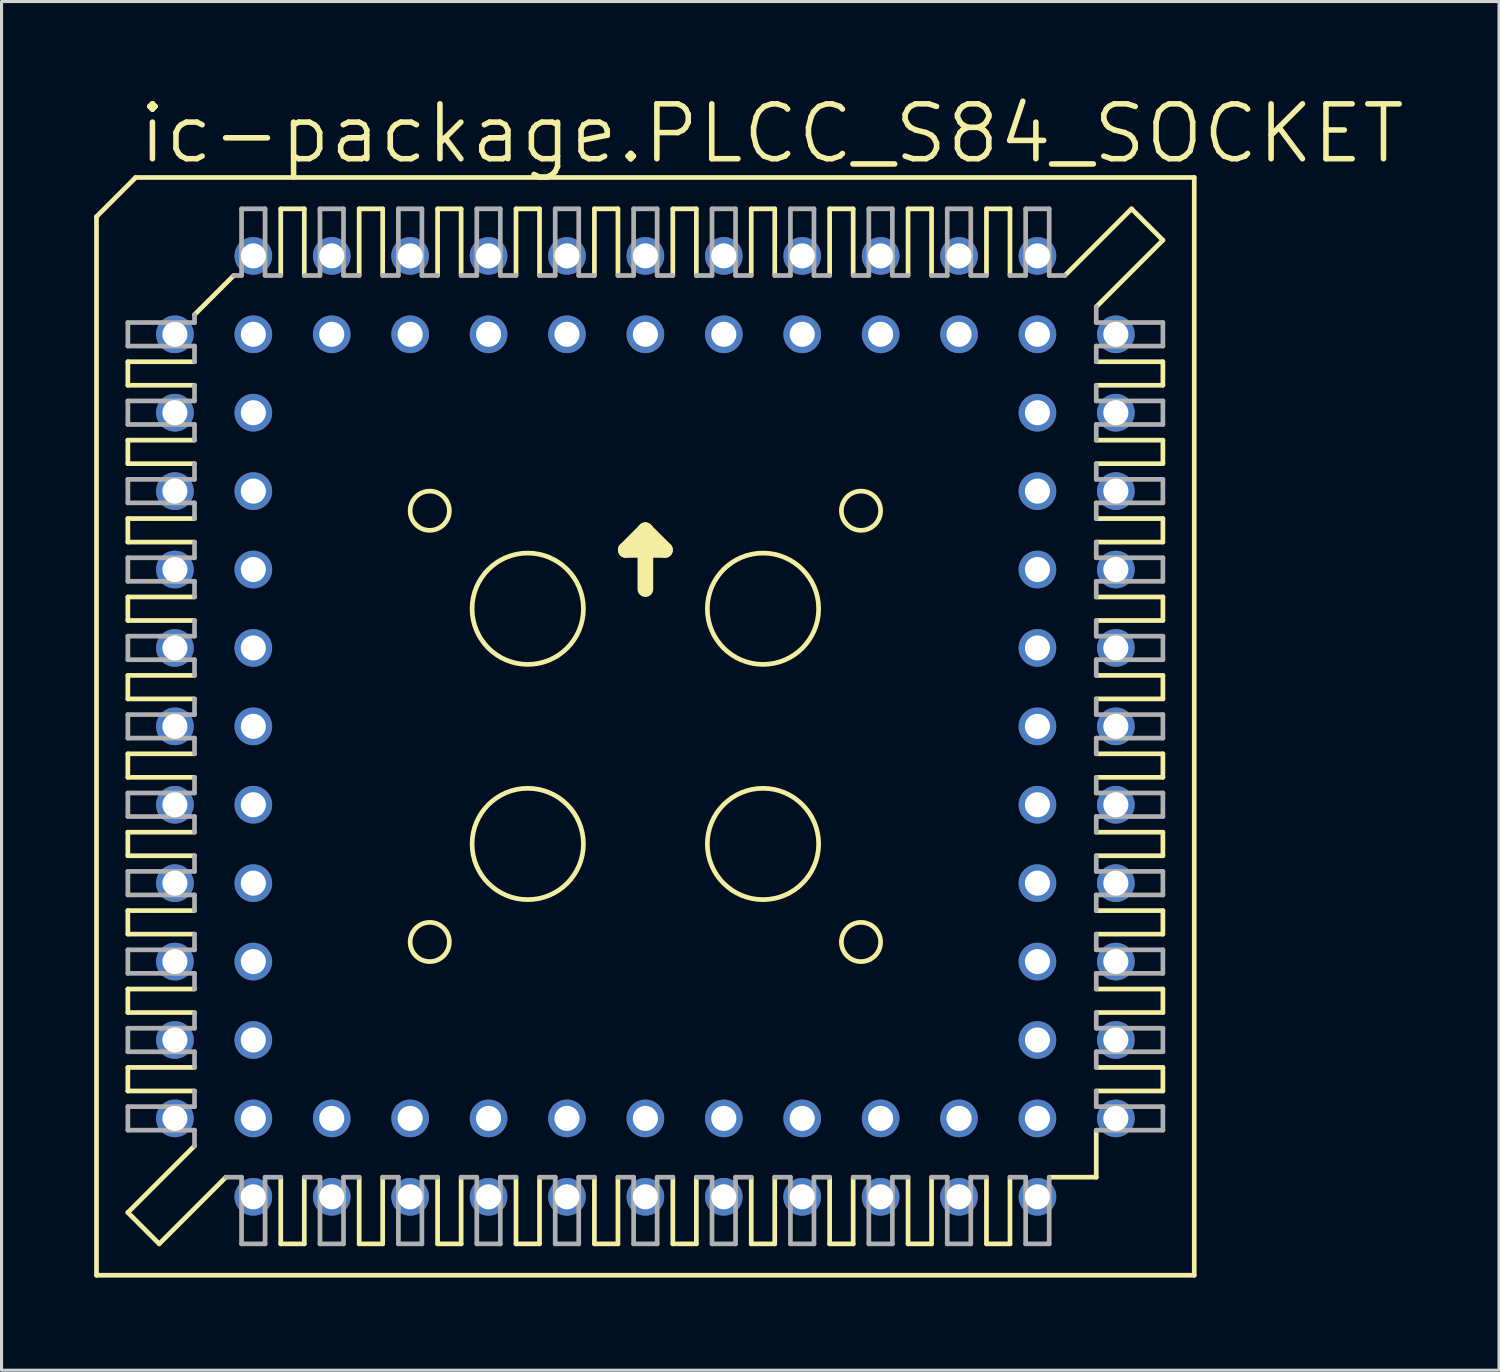
<source format=kicad_pcb>
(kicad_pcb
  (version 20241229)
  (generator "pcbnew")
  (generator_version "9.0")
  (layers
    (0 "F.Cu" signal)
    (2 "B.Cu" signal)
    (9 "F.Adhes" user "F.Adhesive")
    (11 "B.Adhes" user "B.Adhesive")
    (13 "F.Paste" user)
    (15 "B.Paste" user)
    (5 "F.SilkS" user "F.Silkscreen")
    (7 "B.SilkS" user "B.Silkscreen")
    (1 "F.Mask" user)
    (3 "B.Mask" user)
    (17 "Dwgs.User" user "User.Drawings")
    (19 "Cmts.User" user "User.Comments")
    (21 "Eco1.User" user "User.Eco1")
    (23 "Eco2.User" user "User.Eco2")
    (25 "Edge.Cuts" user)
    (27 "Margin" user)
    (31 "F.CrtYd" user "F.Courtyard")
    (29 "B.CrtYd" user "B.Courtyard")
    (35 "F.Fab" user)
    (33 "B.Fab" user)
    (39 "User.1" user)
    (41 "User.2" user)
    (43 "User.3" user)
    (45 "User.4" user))
  (footprint "ic-package.PLCC_S84_SOCKET"
    (layer "F.Cu")
    (at 17.856 20.479)
    (property "Reference" "ic-package.PLCC_S84_SOCKET" (at -16.51 -18.161 0) (layer "F.SilkS") (effects (font (size 1.778 1.778) (thickness 0.18)) (justify left bottom)))
    (attr through_hole)
    (fp_line (start -17.78 -16.51) (end -17.78 17.78) (stroke (width 0.152) (type default)) (layer "F.SilkS"))
    (fp_line (start -16.764 -11.811) (end -16.764 -11.049) (stroke (width 0.152) (type default)) (layer "F.SilkS"))
    (fp_line (start -16.764 -11.811) (end -14.605 -11.811) (stroke (width 0.152) (type default)) (layer "F.SilkS"))
    (fp_line (start -16.764 -9.271) (end -16.764 -8.509) (stroke (width 0.152) (type default)) (layer "F.SilkS"))
    (fp_line (start -16.764 -9.271) (end -14.605 -9.271) (stroke (width 0.152) (type default)) (layer "F.SilkS"))
    (fp_line (start -16.764 -6.731) (end -16.764 -5.969) (stroke (width 0.152) (type default)) (layer "F.SilkS"))
    (fp_line (start -16.764 -6.731) (end -14.605 -6.731) (stroke (width 0.152) (type default)) (layer "F.SilkS"))
    (fp_line (start -16.764 -4.191) (end -16.764 -3.429) (stroke (width 0.152) (type default)) (layer "F.SilkS"))
    (fp_line (start -16.764 -4.191) (end -14.605 -4.191) (stroke (width 0.152) (type default)) (layer "F.SilkS"))
    (fp_line (start -16.764 -0.889) (end -16.764 -1.651) (stroke (width 0.152) (type default)) (layer "F.SilkS"))
    (fp_line (start -16.764 -0.889) (end -14.605 -0.889) (stroke (width 0.152) (type default)) (layer "F.SilkS"))
    (fp_line (start -16.764 1.651) (end -16.764 0.889) (stroke (width 0.152) (type default)) (layer "F.SilkS"))
    (fp_line (start -16.764 1.651) (end -14.605 1.651) (stroke (width 0.152) (type default)) (layer "F.SilkS"))
    (fp_line (start -16.764 4.191) (end -16.764 3.429) (stroke (width 0.152) (type default)) (layer "F.SilkS"))
    (fp_line (start -16.764 4.191) (end -14.605 4.191) (stroke (width 0.152) (type default)) (layer "F.SilkS"))
    (fp_line (start -16.764 5.969) (end -16.764 6.731) (stroke (width 0.152) (type default)) (layer "F.SilkS"))
    (fp_line (start -16.764 5.969) (end -14.605 5.969) (stroke (width 0.152) (type default)) (layer "F.SilkS"))
    (fp_line (start -16.764 8.509) (end -16.764 9.271) (stroke (width 0.152) (type default)) (layer "F.SilkS"))
    (fp_line (start -16.764 8.509) (end -14.605 8.509) (stroke (width 0.152) (type default)) (layer "F.SilkS"))
    (fp_line (start -16.764 11.811) (end -16.764 11.049) (stroke (width 0.152) (type default)) (layer "F.SilkS"))
    (fp_line (start -16.764 11.811) (end -14.605 11.811) (stroke (width 0.152) (type default)) (layer "F.SilkS"))
    (fp_line (start -16.764 15.748) (end -14.605 13.589) (stroke (width 0.152) (type default)) (layer "F.SilkS"))
    (fp_line (start -16.51 -17.78) (end -17.78 -16.51) (stroke (width 0.152) (type default)) (layer "F.SilkS"))
    (fp_line (start -15.748 16.764) (end -16.764 15.748) (stroke (width 0.152) (type default)) (layer "F.SilkS"))
    (fp_line (start -15.748 16.764) (end -13.589 14.605) (stroke (width 0.152) (type default)) (layer "F.SilkS"))
    (fp_line (start -14.605 -13.335) (end -13.335 -14.605) (stroke (width 0.152) (type default)) (layer "F.SilkS"))
    (fp_line (start -14.605 -11.049) (end -16.764 -11.049) (stroke (width 0.152) (type default)) (layer "F.SilkS"))
    (fp_line (start -14.605 -8.509) (end -16.764 -8.509) (stroke (width 0.152) (type default)) (layer "F.SilkS"))
    (fp_line (start -14.605 -5.969) (end -16.764 -5.969) (stroke (width 0.152) (type default)) (layer "F.SilkS"))
    (fp_line (start -14.605 -3.429) (end -16.764 -3.429) (stroke (width 0.152) (type default)) (layer "F.SilkS"))
    (fp_line (start -14.605 -1.651) (end -16.764 -1.651) (stroke (width 0.152) (type default)) (layer "F.SilkS"))
    (fp_line (start -14.605 0.889) (end -16.764 0.889) (stroke (width 0.152) (type default)) (layer "F.SilkS"))
    (fp_line (start -14.605 3.429) (end -16.764 3.429) (stroke (width 0.152) (type default)) (layer "F.SilkS"))
    (fp_line (start -14.605 6.731) (end -16.764 6.731) (stroke (width 0.152) (type default)) (layer "F.SilkS"))
    (fp_line (start -14.605 9.271) (end -16.764 9.271) (stroke (width 0.152) (type default)) (layer "F.SilkS"))
    (fp_line (start -14.605 11.049) (end -16.764 11.049) (stroke (width 0.152) (type default)) (layer "F.SilkS"))
    (fp_line (start -11.811 -16.764) (end -11.811 -14.605) (stroke (width 0.152) (type default)) (layer "F.SilkS"))
    (fp_line (start -11.811 -16.764) (end -11.049 -16.764) (stroke (width 0.152) (type default)) (layer "F.SilkS"))
    (fp_line (start -11.811 16.764) (end -11.811 14.605) (stroke (width 0.152) (type default)) (layer "F.SilkS"))
    (fp_line (start -11.811 16.764) (end -11.049 16.764) (stroke (width 0.152) (type default)) (layer "F.SilkS"))
    (fp_line (start -11.049 -14.605) (end -11.049 -16.764) (stroke (width 0.152) (type default)) (layer "F.SilkS"))
    (fp_line (start -11.049 14.605) (end -11.049 16.764) (stroke (width 0.152) (type default)) (layer "F.SilkS"))
    (fp_line (start -9.271 -14.605) (end -9.271 -16.764) (stroke (width 0.152) (type default)) (layer "F.SilkS"))
    (fp_line (start -9.271 16.764) (end -9.271 14.605) (stroke (width 0.152) (type default)) (layer "F.SilkS"))
    (fp_line (start -9.271 16.764) (end -8.509 16.764) (stroke (width 0.152) (type default)) (layer "F.SilkS"))
    (fp_line (start -8.509 -16.764) (end -9.271 -16.764) (stroke (width 0.152) (type default)) (layer "F.SilkS"))
    (fp_line (start -8.509 -16.764) (end -8.509 -14.605) (stroke (width 0.152) (type default)) (layer "F.SilkS"))
    (fp_line (start -8.509 14.605) (end -8.509 16.764) (stroke (width 0.152) (type default)) (layer "F.SilkS"))
    (fp_line (start -6.731 -14.605) (end -6.731 -16.764) (stroke (width 0.152) (type default)) (layer "F.SilkS"))
    (fp_line (start -6.731 16.764) (end -6.731 14.605) (stroke (width 0.152) (type default)) (layer "F.SilkS"))
    (fp_line (start -6.731 16.764) (end -5.969 16.764) (stroke (width 0.152) (type default)) (layer "F.SilkS"))
    (fp_line (start -5.969 -16.764) (end -6.731 -16.764) (stroke (width 0.152) (type default)) (layer "F.SilkS"))
    (fp_line (start -5.969 -16.764) (end -5.969 -14.605) (stroke (width 0.152) (type default)) (layer "F.SilkS"))
    (fp_line (start -5.969 14.605) (end -5.969 16.764) (stroke (width 0.152) (type default)) (layer "F.SilkS"))
    (fp_line (start -4.191 -14.605) (end -4.191 -16.764) (stroke (width 0.152) (type default)) (layer "F.SilkS"))
    (fp_line (start -4.191 16.764) (end -4.191 14.605) (stroke (width 0.152) (type default)) (layer "F.SilkS"))
    (fp_line (start -4.191 16.764) (end -3.429 16.764) (stroke (width 0.152) (type default)) (layer "F.SilkS"))
    (fp_line (start -3.429 -16.764) (end -4.191 -16.764) (stroke (width 0.152) (type default)) (layer "F.SilkS"))
    (fp_line (start -3.429 -16.764) (end -3.429 -14.605) (stroke (width 0.152) (type default)) (layer "F.SilkS"))
    (fp_line (start -3.429 14.605) (end -3.429 16.764) (stroke (width 0.152) (type default)) (layer "F.SilkS"))
    (fp_line (start -1.651 -14.605) (end -1.651 -16.764) (stroke (width 0.152) (type default)) (layer "F.SilkS"))
    (fp_line (start -1.651 16.764) (end -1.651 14.605) (stroke (width 0.152) (type default)) (layer "F.SilkS"))
    (fp_line (start -1.651 16.764) (end -0.889 16.764) (stroke (width 0.152) (type default)) (layer "F.SilkS"))
    (fp_line (start -0.889 -16.764) (end -1.651 -16.764) (stroke (width 0.152) (type default)) (layer "F.SilkS"))
    (fp_line (start -0.889 -16.764) (end -0.889 -14.605) (stroke (width 0.152) (type default)) (layer "F.SilkS"))
    (fp_line (start -0.889 14.605) (end -0.889 16.764) (stroke (width 0.152) (type default)) (layer "F.SilkS"))
    (fp_line (start -0.635 -5.715) (end 0 -6.35) (stroke (width 0.508) (type default)) (layer "F.SilkS"))
    (fp_line (start 0 -6.35) (end 0 -4.445) (stroke (width 0.508) (type default)) (layer "F.SilkS"))
    (fp_line (start 0 -6.35) (end 0.635 -5.715) (stroke (width 0.508) (type default)) (layer "F.SilkS"))
    (fp_line (start 0.635 -5.715) (end -0.635 -5.715) (stroke (width 0.508) (type default)) (layer "F.SilkS"))
    (fp_line (start 0.889 -14.605) (end 0.889 -16.764) (stroke (width 0.152) (type default)) (layer "F.SilkS"))
    (fp_line (start 0.889 16.764) (end 0.889 14.605) (stroke (width 0.152) (type default)) (layer "F.SilkS"))
    (fp_line (start 0.889 16.764) (end 1.651 16.764) (stroke (width 0.152) (type default)) (layer "F.SilkS"))
    (fp_line (start 1.651 -16.764) (end 0.889 -16.764) (stroke (width 0.152) (type default)) (layer "F.SilkS"))
    (fp_line (start 1.651 -16.764) (end 1.651 -14.605) (stroke (width 0.152) (type default)) (layer "F.SilkS"))
    (fp_line (start 1.651 14.605) (end 1.651 16.764) (stroke (width 0.152) (type default)) (layer "F.SilkS"))
    (fp_line (start 3.429 -14.605) (end 3.429 -16.764) (stroke (width 0.152) (type default)) (layer "F.SilkS"))
    (fp_line (start 3.429 16.764) (end 3.429 14.605) (stroke (width 0.152) (type default)) (layer "F.SilkS"))
    (fp_line (start 3.429 16.764) (end 4.191 16.764) (stroke (width 0.152) (type default)) (layer "F.SilkS"))
    (fp_line (start 4.191 -16.764) (end 3.429 -16.764) (stroke (width 0.152) (type default)) (layer "F.SilkS"))
    (fp_line (start 4.191 -16.764) (end 4.191 -14.605) (stroke (width 0.152) (type default)) (layer "F.SilkS"))
    (fp_line (start 4.191 14.605) (end 4.191 16.764) (stroke (width 0.152) (type default)) (layer "F.SilkS"))
    (fp_line (start 5.969 -14.605) (end 5.969 -16.764) (stroke (width 0.152) (type default)) (layer "F.SilkS"))
    (fp_line (start 5.969 16.764) (end 5.969 14.605) (stroke (width 0.152) (type default)) (layer "F.SilkS"))
    (fp_line (start 5.969 16.764) (end 6.731 16.764) (stroke (width 0.152) (type default)) (layer "F.SilkS"))
    (fp_line (start 6.731 -16.764) (end 5.969 -16.764) (stroke (width 0.152) (type default)) (layer "F.SilkS"))
    (fp_line (start 6.731 -16.764) (end 6.731 -14.605) (stroke (width 0.152) (type default)) (layer "F.SilkS"))
    (fp_line (start 6.731 14.605) (end 6.731 16.764) (stroke (width 0.152) (type default)) (layer "F.SilkS"))
    (fp_line (start 8.509 -14.605) (end 8.509 -16.764) (stroke (width 0.152) (type default)) (layer "F.SilkS"))
    (fp_line (start 8.509 16.764) (end 8.509 14.605) (stroke (width 0.152) (type default)) (layer "F.SilkS"))
    (fp_line (start 8.509 16.764) (end 9.271 16.764) (stroke (width 0.152) (type default)) (layer "F.SilkS"))
    (fp_line (start 9.271 -16.764) (end 8.509 -16.764) (stroke (width 0.152) (type default)) (layer "F.SilkS"))
    (fp_line (start 9.271 -16.764) (end 9.271 -14.605) (stroke (width 0.152) (type default)) (layer "F.SilkS"))
    (fp_line (start 9.271 14.605) (end 9.271 16.764) (stroke (width 0.152) (type default)) (layer "F.SilkS"))
    (fp_line (start 11.049 -14.605) (end 11.049 -16.764) (stroke (width 0.152) (type default)) (layer "F.SilkS"))
    (fp_line (start 11.049 14.605) (end 11.049 16.764) (stroke (width 0.152) (type default)) (layer "F.SilkS"))
    (fp_line (start 11.811 -16.764) (end 11.049 -16.764) (stroke (width 0.152) (type default)) (layer "F.SilkS"))
    (fp_line (start 11.811 -16.764) (end 11.811 -14.605) (stroke (width 0.152) (type default)) (layer "F.SilkS"))
    (fp_line (start 11.811 16.764) (end 11.049 16.764) (stroke (width 0.152) (type default)) (layer "F.SilkS"))
    (fp_line (start 11.811 16.764) (end 11.811 14.605) (stroke (width 0.152) (type default)) (layer "F.SilkS"))
    (fp_line (start 13.081 14.605) (end 14.605 14.605) (stroke (width 0.152) (type default)) (layer "F.SilkS"))
    (fp_line (start 14.605 -11.049) (end 16.764 -11.049) (stroke (width 0.152) (type default)) (layer "F.SilkS"))
    (fp_line (start 14.605 -9.271) (end 16.764 -9.271) (stroke (width 0.152) (type default)) (layer "F.SilkS"))
    (fp_line (start 14.605 -6.731) (end 16.764 -6.731) (stroke (width 0.152) (type default)) (layer "F.SilkS"))
    (fp_line (start 14.605 -3.429) (end 16.764 -3.429) (stroke (width 0.152) (type default)) (layer "F.SilkS"))
    (fp_line (start 14.605 -0.889) (end 16.764 -0.889) (stroke (width 0.152) (type default)) (layer "F.SilkS"))
    (fp_line (start 14.605 1.651) (end 16.764 1.651) (stroke (width 0.152) (type default)) (layer "F.SilkS"))
    (fp_line (start 14.605 3.429) (end 16.764 3.429) (stroke (width 0.152) (type default)) (layer "F.SilkS"))
    (fp_line (start 14.605 5.969) (end 16.764 5.969) (stroke (width 0.152) (type default)) (layer "F.SilkS"))
    (fp_line (start 14.605 8.509) (end 16.764 8.509) (stroke (width 0.152) (type default)) (layer "F.SilkS"))
    (fp_line (start 14.605 11.049) (end 16.764 11.049) (stroke (width 0.152) (type default)) (layer "F.SilkS"))
    (fp_line (start 14.605 14.605) (end 14.605 13.081) (stroke (width 0.152) (type default)) (layer "F.SilkS"))
    (fp_line (start 15.748 -16.764) (end 13.589 -14.605) (stroke (width 0.152) (type default)) (layer "F.SilkS"))
    (fp_line (start 16.764 -15.748) (end 14.605 -13.589) (stroke (width 0.152) (type default)) (layer "F.SilkS"))
    (fp_line (start 16.764 -15.748) (end 15.748 -16.764) (stroke (width 0.152) (type default)) (layer "F.SilkS"))
    (fp_line (start 16.764 -11.811) (end 14.605 -11.811) (stroke (width 0.152) (type default)) (layer "F.SilkS"))
    (fp_line (start 16.764 -11.811) (end 16.764 -11.049) (stroke (width 0.152) (type default)) (layer "F.SilkS"))
    (fp_line (start 16.764 -8.509) (end 14.605 -8.509) (stroke (width 0.152) (type default)) (layer "F.SilkS"))
    (fp_line (start 16.764 -8.509) (end 16.764 -9.271) (stroke (width 0.152) (type default)) (layer "F.SilkS"))
    (fp_line (start 16.764 -5.969) (end 14.605 -5.969) (stroke (width 0.152) (type default)) (layer "F.SilkS"))
    (fp_line (start 16.764 -5.969) (end 16.764 -6.731) (stroke (width 0.152) (type default)) (layer "F.SilkS"))
    (fp_line (start 16.764 -4.191) (end 14.605 -4.191) (stroke (width 0.152) (type default)) (layer "F.SilkS"))
    (fp_line (start 16.764 -4.191) (end 16.764 -3.429) (stroke (width 0.152) (type default)) (layer "F.SilkS"))
    (fp_line (start 16.764 -1.651) (end 14.605 -1.651) (stroke (width 0.152) (type default)) (layer "F.SilkS"))
    (fp_line (start 16.764 -1.651) (end 16.764 -0.889) (stroke (width 0.152) (type default)) (layer "F.SilkS"))
    (fp_line (start 16.764 0.889) (end 14.605 0.889) (stroke (width 0.152) (type default)) (layer "F.SilkS"))
    (fp_line (start 16.764 0.889) (end 16.764 1.651) (stroke (width 0.152) (type default)) (layer "F.SilkS"))
    (fp_line (start 16.764 4.191) (end 14.605 4.191) (stroke (width 0.152) (type default)) (layer "F.SilkS"))
    (fp_line (start 16.764 4.191) (end 16.764 3.429) (stroke (width 0.152) (type default)) (layer "F.SilkS"))
    (fp_line (start 16.764 6.731) (end 14.605 6.731) (stroke (width 0.152) (type default)) (layer "F.SilkS"))
    (fp_line (start 16.764 6.731) (end 16.764 5.969) (stroke (width 0.152) (type default)) (layer "F.SilkS"))
    (fp_line (start 16.764 9.271) (end 14.605 9.271) (stroke (width 0.152) (type default)) (layer "F.SilkS"))
    (fp_line (start 16.764 9.271) (end 16.764 8.509) (stroke (width 0.152) (type default)) (layer "F.SilkS"))
    (fp_line (start 16.764 11.811) (end 14.605 11.811) (stroke (width 0.152) (type default)) (layer "F.SilkS"))
    (fp_line (start 16.764 11.811) (end 16.764 11.049) (stroke (width 0.152) (type default)) (layer "F.SilkS"))
    (fp_line (start 17.78 -17.78) (end -16.51 -17.78) (stroke (width 0.152) (type default)) (layer "F.SilkS"))
    (fp_line (start 17.78 17.78) (end -17.78 17.78) (stroke (width 0.152) (type default)) (layer "F.SilkS"))
    (fp_line (start 17.78 17.78) (end 17.78 -17.78) (stroke (width 0.152) (type default)) (layer "F.SilkS"))
    (fp_circle (center -6.985 -6.985) (end -6.35 -6.985) (stroke (width 0.152) (type default)) (fill no) (layer "F.SilkS"))
    (fp_circle (center -6.985 6.985) (end -6.35 6.985) (stroke (width 0.152) (type default)) (fill no) (layer "F.SilkS"))
    (fp_circle (center -3.81 -3.81) (end -2.007 -3.81) (stroke (width 0.152) (type default)) (fill no) (layer "F.SilkS"))
    (fp_circle (center -3.81 3.81) (end -2.007 3.81) (stroke (width 0.152) (type default)) (fill no) (layer "F.SilkS"))
    (fp_circle (center 3.81 -3.81) (end 5.613 -3.81) (stroke (width 0.152) (type default)) (fill no) (layer "F.SilkS"))
    (fp_circle (center 3.81 3.81) (end 5.613 3.81) (stroke (width 0.152) (type default)) (fill no) (layer "F.SilkS"))
    (fp_circle (center 6.985 -6.985) (end 7.62 -6.985) (stroke (width 0.152) (type default)) (fill no) (layer "F.SilkS"))
    (fp_circle (center 6.985 6.985) (end 7.62 6.985) (stroke (width 0.152) (type default)) (fill no) (layer "F.SilkS"))
    (fp_line (start -16.764 -13.081) (end -16.764 -12.319) (stroke (width 0.152) (type default)) (layer "F.Fab"))
    (fp_line (start -16.764 -13.081) (end -14.605 -13.081) (stroke (width 0.152) (type default)) (layer "F.Fab"))
    (fp_line (start -16.764 -10.541) (end -16.764 -9.779) (stroke (width 0.152) (type default)) (layer "F.Fab"))
    (fp_line (start -16.764 -10.541) (end -14.605 -10.541) (stroke (width 0.152) (type default)) (layer "F.Fab"))
    (fp_line (start -16.764 -7.239) (end -16.764 -8.001) (stroke (width 0.152) (type default)) (layer "F.Fab"))
    (fp_line (start -16.764 -7.239) (end -14.605 -7.239) (stroke (width 0.152) (type default)) (layer "F.Fab"))
    (fp_line (start -16.764 -5.461) (end -16.764 -4.699) (stroke (width 0.152) (type default)) (layer "F.Fab"))
    (fp_line (start -16.764 -5.461) (end -14.605 -5.461) (stroke (width 0.152) (type default)) (layer "F.Fab"))
    (fp_line (start -16.764 -2.921) (end -16.764 -2.159) (stroke (width 0.152) (type default)) (layer "F.Fab"))
    (fp_line (start -16.764 -2.921) (end -14.605 -2.921) (stroke (width 0.152) (type default)) (layer "F.Fab"))
    (fp_line (start -16.764 0.381) (end -16.764 -0.381) (stroke (width 0.152) (type default)) (layer "F.Fab"))
    (fp_line (start -16.764 0.381) (end -14.605 0.381) (stroke (width 0.152) (type default)) (layer "F.Fab"))
    (fp_line (start -16.764 2.921) (end -16.764 2.159) (stroke (width 0.152) (type default)) (layer "F.Fab"))
    (fp_line (start -16.764 2.921) (end -14.605 2.921) (stroke (width 0.152) (type default)) (layer "F.Fab"))
    (fp_line (start -16.764 5.461) (end -16.764 4.699) (stroke (width 0.152) (type default)) (layer "F.Fab"))
    (fp_line (start -16.764 5.461) (end -14.605 5.461) (stroke (width 0.152) (type default)) (layer "F.Fab"))
    (fp_line (start -16.764 7.239) (end -16.764 8.001) (stroke (width 0.152) (type default)) (layer "F.Fab"))
    (fp_line (start -16.764 7.239) (end -14.605 7.239) (stroke (width 0.152) (type default)) (layer "F.Fab"))
    (fp_line (start -16.764 9.779) (end -16.764 10.541) (stroke (width 0.152) (type default)) (layer "F.Fab"))
    (fp_line (start -16.764 9.779) (end -14.605 9.779) (stroke (width 0.152) (type default)) (layer "F.Fab"))
    (fp_line (start -16.764 13.081) (end -16.764 12.319) (stroke (width 0.152) (type default)) (layer "F.Fab"))
    (fp_line (start -16.764 13.081) (end -14.605 13.081) (stroke (width 0.152) (type default)) (layer "F.Fab"))
    (fp_line (start -14.605 -13.081) (end -14.605 -13.335) (stroke (width 0.152) (type default)) (layer "F.Fab"))
    (fp_line (start -14.605 -12.319) (end -16.764 -12.319) (stroke (width 0.152) (type default)) (layer "F.Fab"))
    (fp_line (start -14.605 -12.319) (end -14.605 -11.811) (stroke (width 0.152) (type default)) (layer "F.Fab"))
    (fp_line (start -14.605 -11.049) (end -14.605 -10.541) (stroke (width 0.152) (type default)) (layer "F.Fab"))
    (fp_line (start -14.605 -9.779) (end -16.764 -9.779) (stroke (width 0.152) (type default)) (layer "F.Fab"))
    (fp_line (start -14.605 -9.779) (end -14.605 -9.271) (stroke (width 0.152) (type default)) (layer "F.Fab"))
    (fp_line (start -14.605 -8.001) (end -16.764 -8.001) (stroke (width 0.152) (type default)) (layer "F.Fab"))
    (fp_line (start -14.605 -8.001) (end -14.605 -8.509) (stroke (width 0.152) (type default)) (layer "F.Fab"))
    (fp_line (start -14.605 -6.731) (end -14.605 -7.239) (stroke (width 0.152) (type default)) (layer "F.Fab"))
    (fp_line (start -14.605 -5.969) (end -14.605 -5.461) (stroke (width 0.152) (type default)) (layer "F.Fab"))
    (fp_line (start -14.605 -4.699) (end -16.764 -4.699) (stroke (width 0.152) (type default)) (layer "F.Fab"))
    (fp_line (start -14.605 -4.699) (end -14.605 -4.191) (stroke (width 0.152) (type default)) (layer "F.Fab"))
    (fp_line (start -14.605 -3.429) (end -14.605 -2.921) (stroke (width 0.152) (type default)) (layer "F.Fab"))
    (fp_line (start -14.605 -2.159) (end -16.764 -2.159) (stroke (width 0.152) (type default)) (layer "F.Fab"))
    (fp_line (start -14.605 -2.159) (end -14.605 -1.651) (stroke (width 0.152) (type default)) (layer "F.Fab"))
    (fp_line (start -14.605 -0.381) (end -16.764 -0.381) (stroke (width 0.152) (type default)) (layer "F.Fab"))
    (fp_line (start -14.605 -0.381) (end -14.605 -0.889) (stroke (width 0.152) (type default)) (layer "F.Fab"))
    (fp_line (start -14.605 0.889) (end -14.605 0.381) (stroke (width 0.152) (type default)) (layer "F.Fab"))
    (fp_line (start -14.605 2.159) (end -16.764 2.159) (stroke (width 0.152) (type default)) (layer "F.Fab"))
    (fp_line (start -14.605 2.159) (end -14.605 1.651) (stroke (width 0.152) (type default)) (layer "F.Fab"))
    (fp_line (start -14.605 3.429) (end -14.605 2.921) (stroke (width 0.152) (type default)) (layer "F.Fab"))
    (fp_line (start -14.605 4.699) (end -16.764 4.699) (stroke (width 0.152) (type default)) (layer "F.Fab"))
    (fp_line (start -14.605 4.699) (end -14.605 4.191) (stroke (width 0.152) (type default)) (layer "F.Fab"))
    (fp_line (start -14.605 5.461) (end -14.605 5.969) (stroke (width 0.152) (type default)) (layer "F.Fab"))
    (fp_line (start -14.605 6.731) (end -14.605 7.239) (stroke (width 0.152) (type default)) (layer "F.Fab"))
    (fp_line (start -14.605 8.001) (end -16.764 8.001) (stroke (width 0.152) (type default)) (layer "F.Fab"))
    (fp_line (start -14.605 8.001) (end -14.605 8.509) (stroke (width 0.152) (type default)) (layer "F.Fab"))
    (fp_line (start -14.605 9.271) (end -14.605 9.779) (stroke (width 0.152) (type default)) (layer "F.Fab"))
    (fp_line (start -14.605 10.541) (end -16.764 10.541) (stroke (width 0.152) (type default)) (layer "F.Fab"))
    (fp_line (start -14.605 11.049) (end -14.605 10.541) (stroke (width 0.152) (type default)) (layer "F.Fab"))
    (fp_line (start -14.605 12.319) (end -16.764 12.319) (stroke (width 0.152) (type default)) (layer "F.Fab"))
    (fp_line (start -14.605 12.319) (end -14.605 11.811) (stroke (width 0.152) (type default)) (layer "F.Fab"))
    (fp_line (start -14.605 13.589) (end -14.605 13.081) (stroke (width 0.152) (type default)) (layer "F.Fab"))
    (fp_line (start -13.589 14.605) (end -13.081 14.605) (stroke (width 0.152) (type default)) (layer "F.Fab"))
    (fp_line (start -13.335 -14.605) (end -13.081 -14.605) (stroke (width 0.152) (type default)) (layer "F.Fab"))
    (fp_line (start -13.081 -14.605) (end -13.081 -16.764) (stroke (width 0.152) (type default)) (layer "F.Fab"))
    (fp_line (start -13.081 16.764) (end -13.081 14.605) (stroke (width 0.152) (type default)) (layer "F.Fab"))
    (fp_line (start -13.081 16.764) (end -12.319 16.764) (stroke (width 0.152) (type default)) (layer "F.Fab"))
    (fp_line (start -12.319 -16.764) (end -13.081 -16.764) (stroke (width 0.152) (type default)) (layer "F.Fab"))
    (fp_line (start -12.319 -16.764) (end -12.319 -14.605) (stroke (width 0.152) (type default)) (layer "F.Fab"))
    (fp_line (start -12.319 -14.605) (end -11.811 -14.605) (stroke (width 0.152) (type default)) (layer "F.Fab"))
    (fp_line (start -12.319 14.605) (end -12.319 16.764) (stroke (width 0.152) (type default)) (layer "F.Fab"))
    (fp_line (start -12.319 14.605) (end -11.811 14.605) (stroke (width 0.152) (type default)) (layer "F.Fab"))
    (fp_line (start -11.049 -14.605) (end -10.541 -14.605) (stroke (width 0.152) (type default)) (layer "F.Fab"))
    (fp_line (start -11.049 14.605) (end -10.541 14.605) (stroke (width 0.152) (type default)) (layer "F.Fab"))
    (fp_line (start -10.541 -14.605) (end -10.541 -16.764) (stroke (width 0.152) (type default)) (layer "F.Fab"))
    (fp_line (start -10.541 16.764) (end -10.541 14.605) (stroke (width 0.152) (type default)) (layer "F.Fab"))
    (fp_line (start -10.541 16.764) (end -9.779 16.764) (stroke (width 0.152) (type default)) (layer "F.Fab"))
    (fp_line (start -9.779 -16.764) (end -10.541 -16.764) (stroke (width 0.152) (type default)) (layer "F.Fab"))
    (fp_line (start -9.779 -16.764) (end -9.779 -14.605) (stroke (width 0.152) (type default)) (layer "F.Fab"))
    (fp_line (start -9.779 14.605) (end -9.779 16.764) (stroke (width 0.152) (type default)) (layer "F.Fab"))
    (fp_line (start -9.779 14.605) (end -9.271 14.605) (stroke (width 0.152) (type default)) (layer "F.Fab"))
    (fp_line (start -9.271 -14.605) (end -9.779 -14.605) (stroke (width 0.152) (type default)) (layer "F.Fab"))
    (fp_line (start -8.001 -14.605) (end -8.509 -14.605) (stroke (width 0.152) (type default)) (layer "F.Fab"))
    (fp_line (start -8.001 -14.605) (end -8.001 -16.764) (stroke (width 0.152) (type default)) (layer "F.Fab"))
    (fp_line (start -8.001 14.605) (end -8.509 14.605) (stroke (width 0.152) (type default)) (layer "F.Fab"))
    (fp_line (start -8.001 14.605) (end -8.001 16.764) (stroke (width 0.152) (type default)) (layer "F.Fab"))
    (fp_line (start -7.239 -16.764) (end -8.001 -16.764) (stroke (width 0.152) (type default)) (layer "F.Fab"))
    (fp_line (start -7.239 -16.764) (end -7.239 -14.605) (stroke (width 0.152) (type default)) (layer "F.Fab"))
    (fp_line (start -7.239 16.764) (end -8.001 16.764) (stroke (width 0.152) (type default)) (layer "F.Fab"))
    (fp_line (start -7.239 16.764) (end -7.239 14.605) (stroke (width 0.152) (type default)) (layer "F.Fab"))
    (fp_line (start -6.731 -14.605) (end -7.239 -14.605) (stroke (width 0.152) (type default)) (layer "F.Fab"))
    (fp_line (start -6.731 14.605) (end -7.239 14.605) (stroke (width 0.152) (type default)) (layer "F.Fab"))
    (fp_line (start -5.969 14.605) (end -5.461 14.605) (stroke (width 0.152) (type default)) (layer "F.Fab"))
    (fp_line (start -5.461 -14.605) (end -5.969 -14.605) (stroke (width 0.152) (type default)) (layer "F.Fab"))
    (fp_line (start -5.461 -14.605) (end -5.461 -16.764) (stroke (width 0.152) (type default)) (layer "F.Fab"))
    (fp_line (start -5.461 16.764) (end -5.461 14.605) (stroke (width 0.152) (type default)) (layer "F.Fab"))
    (fp_line (start -5.461 16.764) (end -4.699 16.764) (stroke (width 0.152) (type default)) (layer "F.Fab"))
    (fp_line (start -4.699 -16.764) (end -5.461 -16.764) (stroke (width 0.152) (type default)) (layer "F.Fab"))
    (fp_line (start -4.699 -16.764) (end -4.699 -14.605) (stroke (width 0.152) (type default)) (layer "F.Fab"))
    (fp_line (start -4.699 14.605) (end -4.699 16.764) (stroke (width 0.152) (type default)) (layer "F.Fab"))
    (fp_line (start -4.699 14.605) (end -4.191 14.605) (stroke (width 0.152) (type default)) (layer "F.Fab"))
    (fp_line (start -4.191 -14.605) (end -4.699 -14.605) (stroke (width 0.152) (type default)) (layer "F.Fab"))
    (fp_line (start -3.429 14.605) (end -2.921 14.605) (stroke (width 0.152) (type default)) (layer "F.Fab"))
    (fp_line (start -2.921 -14.605) (end -3.429 -14.605) (stroke (width 0.152) (type default)) (layer "F.Fab"))
    (fp_line (start -2.921 -14.605) (end -2.921 -16.764) (stroke (width 0.152) (type default)) (layer "F.Fab"))
    (fp_line (start -2.921 16.764) (end -2.921 14.605) (stroke (width 0.152) (type default)) (layer "F.Fab"))
    (fp_line (start -2.921 16.764) (end -2.159 16.764) (stroke (width 0.152) (type default)) (layer "F.Fab"))
    (fp_line (start -2.159 -16.764) (end -2.921 -16.764) (stroke (width 0.152) (type default)) (layer "F.Fab"))
    (fp_line (start -2.159 -16.764) (end -2.159 -14.605) (stroke (width 0.152) (type default)) (layer "F.Fab"))
    (fp_line (start -2.159 14.605) (end -2.159 16.764) (stroke (width 0.152) (type default)) (layer "F.Fab"))
    (fp_line (start -2.159 14.605) (end -1.651 14.605) (stroke (width 0.152) (type default)) (layer "F.Fab"))
    (fp_line (start -1.651 -14.605) (end -2.159 -14.605) (stroke (width 0.152) (type default)) (layer "F.Fab"))
    (fp_line (start -0.889 14.605) (end -0.381 14.605) (stroke (width 0.152) (type default)) (layer "F.Fab"))
    (fp_line (start -0.381 -14.605) (end -0.889 -14.605) (stroke (width 0.152) (type default)) (layer "F.Fab"))
    (fp_line (start -0.381 -14.605) (end -0.381 -16.764) (stroke (width 0.152) (type default)) (layer "F.Fab"))
    (fp_line (start -0.381 16.764) (end -0.381 14.605) (stroke (width 0.152) (type default)) (layer "F.Fab"))
    (fp_line (start -0.381 16.764) (end 0.381 16.764) (stroke (width 0.152) (type default)) (layer "F.Fab"))
    (fp_line (start 0.381 -16.764) (end -0.381 -16.764) (stroke (width 0.152) (type default)) (layer "F.Fab"))
    (fp_line (start 0.381 -16.764) (end 0.381 -14.605) (stroke (width 0.152) (type default)) (layer "F.Fab"))
    (fp_line (start 0.381 14.605) (end 0.381 16.764) (stroke (width 0.152) (type default)) (layer "F.Fab"))
    (fp_line (start 0.381 14.605) (end 0.889 14.605) (stroke (width 0.152) (type default)) (layer "F.Fab"))
    (fp_line (start 0.889 -14.605) (end 0.381 -14.605) (stroke (width 0.152) (type default)) (layer "F.Fab"))
    (fp_line (start 1.651 14.605) (end 2.159 14.605) (stroke (width 0.152) (type default)) (layer "F.Fab"))
    (fp_line (start 2.159 -14.605) (end 1.651 -14.605) (stroke (width 0.152) (type default)) (layer "F.Fab"))
    (fp_line (start 2.159 -14.605) (end 2.159 -16.764) (stroke (width 0.152) (type default)) (layer "F.Fab"))
    (fp_line (start 2.159 16.764) (end 2.159 14.605) (stroke (width 0.152) (type default)) (layer "F.Fab"))
    (fp_line (start 2.159 16.764) (end 2.921 16.764) (stroke (width 0.152) (type default)) (layer "F.Fab"))
    (fp_line (start 2.921 -16.764) (end 2.159 -16.764) (stroke (width 0.152) (type default)) (layer "F.Fab"))
    (fp_line (start 2.921 -16.764) (end 2.921 -14.605) (stroke (width 0.152) (type default)) (layer "F.Fab"))
    (fp_line (start 2.921 14.605) (end 2.921 16.764) (stroke (width 0.152) (type default)) (layer "F.Fab"))
    (fp_line (start 2.921 14.605) (end 3.429 14.605) (stroke (width 0.152) (type default)) (layer "F.Fab"))
    (fp_line (start 3.429 -14.605) (end 2.921 -14.605) (stroke (width 0.152) (type default)) (layer "F.Fab"))
    (fp_line (start 4.191 14.605) (end 4.699 14.605) (stroke (width 0.152) (type default)) (layer "F.Fab"))
    (fp_line (start 4.699 -14.605) (end 4.191 -14.605) (stroke (width 0.152) (type default)) (layer "F.Fab"))
    (fp_line (start 4.699 -14.605) (end 4.699 -16.764) (stroke (width 0.152) (type default)) (layer "F.Fab"))
    (fp_line (start 4.699 16.764) (end 4.699 14.605) (stroke (width 0.152) (type default)) (layer "F.Fab"))
    (fp_line (start 4.699 16.764) (end 5.461 16.764) (stroke (width 0.152) (type default)) (layer "F.Fab"))
    (fp_line (start 5.461 -16.764) (end 4.699 -16.764) (stroke (width 0.152) (type default)) (layer "F.Fab"))
    (fp_line (start 5.461 -16.764) (end 5.461 -14.605) (stroke (width 0.152) (type default)) (layer "F.Fab"))
    (fp_line (start 5.461 14.605) (end 5.461 16.764) (stroke (width 0.152) (type default)) (layer "F.Fab"))
    (fp_line (start 5.461 14.605) (end 5.969 14.605) (stroke (width 0.152) (type default)) (layer "F.Fab"))
    (fp_line (start 5.969 -14.605) (end 5.461 -14.605) (stroke (width 0.152) (type default)) (layer "F.Fab"))
    (fp_line (start 6.731 -14.605) (end 7.239 -14.605) (stroke (width 0.152) (type default)) (layer "F.Fab"))
    (fp_line (start 6.731 14.605) (end 7.239 14.605) (stroke (width 0.152) (type default)) (layer "F.Fab"))
    (fp_line (start 7.239 -16.764) (end 7.239 -14.605) (stroke (width 0.152) (type default)) (layer "F.Fab"))
    (fp_line (start 7.239 -16.764) (end 8.001 -16.764) (stroke (width 0.152) (type default)) (layer "F.Fab"))
    (fp_line (start 7.239 16.764) (end 7.239 14.605) (stroke (width 0.152) (type default)) (layer "F.Fab"))
    (fp_line (start 7.239 16.764) (end 8.001 16.764) (stroke (width 0.152) (type default)) (layer "F.Fab"))
    (fp_line (start 8.001 -14.605) (end 8.001 -16.764) (stroke (width 0.152) (type default)) (layer "F.Fab"))
    (fp_line (start 8.001 -14.605) (end 8.509 -14.605) (stroke (width 0.152) (type default)) (layer "F.Fab"))
    (fp_line (start 8.001 14.605) (end 8.001 16.764) (stroke (width 0.152) (type default)) (layer "F.Fab"))
    (fp_line (start 8.001 14.605) (end 8.509 14.605) (stroke (width 0.152) (type default)) (layer "F.Fab"))
    (fp_line (start 9.271 14.605) (end 9.779 14.605) (stroke (width 0.152) (type default)) (layer "F.Fab"))
    (fp_line (start 9.779 -14.605) (end 9.271 -14.605) (stroke (width 0.152) (type default)) (layer "F.Fab"))
    (fp_line (start 9.779 -14.605) (end 9.779 -16.764) (stroke (width 0.152) (type default)) (layer "F.Fab"))
    (fp_line (start 9.779 16.764) (end 9.779 14.605) (stroke (width 0.152) (type default)) (layer "F.Fab"))
    (fp_line (start 9.779 16.764) (end 10.541 16.764) (stroke (width 0.152) (type default)) (layer "F.Fab"))
    (fp_line (start 10.541 -16.764) (end 9.779 -16.764) (stroke (width 0.152) (type default)) (layer "F.Fab"))
    (fp_line (start 10.541 -16.764) (end 10.541 -14.605) (stroke (width 0.152) (type default)) (layer "F.Fab"))
    (fp_line (start 10.541 14.605) (end 10.541 16.764) (stroke (width 0.152) (type default)) (layer "F.Fab"))
    (fp_line (start 11.049 -14.605) (end 10.541 -14.605) (stroke (width 0.152) (type default)) (layer "F.Fab"))
    (fp_line (start 11.049 14.605) (end 10.541 14.605) (stroke (width 0.152) (type default)) (layer "F.Fab"))
    (fp_line (start 12.319 -14.605) (end 11.811 -14.605) (stroke (width 0.152) (type default)) (layer "F.Fab"))
    (fp_line (start 12.319 -14.605) (end 12.319 -16.764) (stroke (width 0.152) (type default)) (layer "F.Fab"))
    (fp_line (start 12.319 14.605) (end 11.811 14.605) (stroke (width 0.152) (type default)) (layer "F.Fab"))
    (fp_line (start 12.319 16.764) (end 12.319 14.605) (stroke (width 0.152) (type default)) (layer "F.Fab"))
    (fp_line (start 12.319 16.764) (end 13.081 16.764) (stroke (width 0.152) (type default)) (layer "F.Fab"))
    (fp_line (start 13.081 -16.764) (end 12.319 -16.764) (stroke (width 0.152) (type default)) (layer "F.Fab"))
    (fp_line (start 13.081 -16.764) (end 13.081 -14.605) (stroke (width 0.152) (type default)) (layer "F.Fab"))
    (fp_line (start 13.081 14.605) (end 13.081 16.764) (stroke (width 0.152) (type default)) (layer "F.Fab"))
    (fp_line (start 13.589 -14.605) (end 13.081 -14.605) (stroke (width 0.152) (type default)) (layer "F.Fab"))
    (fp_line (start 14.605 -13.589) (end 14.605 -13.081) (stroke (width 0.152) (type default)) (layer "F.Fab"))
    (fp_line (start 14.605 -12.319) (end 14.605 -11.811) (stroke (width 0.152) (type default)) (layer "F.Fab"))
    (fp_line (start 14.605 -12.319) (end 16.764 -12.319) (stroke (width 0.152) (type default)) (layer "F.Fab"))
    (fp_line (start 14.605 -11.049) (end 14.605 -10.541) (stroke (width 0.152) (type default)) (layer "F.Fab"))
    (fp_line (start 14.605 -10.541) (end 16.764 -10.541) (stroke (width 0.152) (type default)) (layer "F.Fab"))
    (fp_line (start 14.605 -9.271) (end 14.605 -9.779) (stroke (width 0.152) (type default)) (layer "F.Fab"))
    (fp_line (start 14.605 -8.001) (end 14.605 -8.509) (stroke (width 0.152) (type default)) (layer "F.Fab"))
    (fp_line (start 14.605 -8.001) (end 16.764 -8.001) (stroke (width 0.152) (type default)) (layer "F.Fab"))
    (fp_line (start 14.605 -6.731) (end 14.605 -7.239) (stroke (width 0.152) (type default)) (layer "F.Fab"))
    (fp_line (start 14.605 -5.461) (end 14.605 -5.969) (stroke (width 0.152) (type default)) (layer "F.Fab"))
    (fp_line (start 14.605 -4.699) (end 14.605 -4.191) (stroke (width 0.152) (type default)) (layer "F.Fab"))
    (fp_line (start 14.605 -4.699) (end 16.764 -4.699) (stroke (width 0.152) (type default)) (layer "F.Fab"))
    (fp_line (start 14.605 -3.429) (end 14.605 -2.921) (stroke (width 0.152) (type default)) (layer "F.Fab"))
    (fp_line (start 14.605 -2.159) (end 14.605 -1.651) (stroke (width 0.152) (type default)) (layer "F.Fab"))
    (fp_line (start 14.605 -2.159) (end 16.764 -2.159) (stroke (width 0.152) (type default)) (layer "F.Fab"))
    (fp_line (start 14.605 -0.889) (end 14.605 -0.381) (stroke (width 0.152) (type default)) (layer "F.Fab"))
    (fp_line (start 14.605 0.381) (end 14.605 0.889) (stroke (width 0.152) (type default)) (layer "F.Fab"))
    (fp_line (start 14.605 0.381) (end 16.764 0.381) (stroke (width 0.152) (type default)) (layer "F.Fab"))
    (fp_line (start 14.605 1.651) (end 14.605 2.159) (stroke (width 0.152) (type default)) (layer "F.Fab"))
    (fp_line (start 14.605 2.159) (end 16.764 2.159) (stroke (width 0.152) (type default)) (layer "F.Fab"))
    (fp_line (start 14.605 3.429) (end 14.605 2.921) (stroke (width 0.152) (type default)) (layer "F.Fab"))
    (fp_line (start 14.605 4.699) (end 14.605 4.191) (stroke (width 0.152) (type default)) (layer "F.Fab"))
    (fp_line (start 14.605 4.699) (end 16.764 4.699) (stroke (width 0.152) (type default)) (layer "F.Fab"))
    (fp_line (start 14.605 5.969) (end 14.605 5.461) (stroke (width 0.152) (type default)) (layer "F.Fab"))
    (fp_line (start 14.605 6.731) (end 14.605 7.239) (stroke (width 0.152) (type default)) (layer "F.Fab"))
    (fp_line (start 14.605 8.001) (end 14.605 8.509) (stroke (width 0.152) (type default)) (layer "F.Fab"))
    (fp_line (start 14.605 8.001) (end 16.764 8.001) (stroke (width 0.152) (type default)) (layer "F.Fab"))
    (fp_line (start 14.605 9.779) (end 14.605 9.271) (stroke (width 0.152) (type default)) (layer "F.Fab"))
    (fp_line (start 14.605 9.779) (end 16.764 9.779) (stroke (width 0.152) (type default)) (layer "F.Fab"))
    (fp_line (start 14.605 11.049) (end 14.605 10.541) (stroke (width 0.152) (type default)) (layer "F.Fab"))
    (fp_line (start 14.605 12.319) (end 14.605 11.811) (stroke (width 0.152) (type default)) (layer "F.Fab"))
    (fp_line (start 14.605 12.319) (end 16.764 12.319) (stroke (width 0.152) (type default)) (layer "F.Fab"))
    (fp_line (start 16.764 -13.081) (end 14.605 -13.081) (stroke (width 0.152) (type default)) (layer "F.Fab"))
    (fp_line (start 16.764 -13.081) (end 16.764 -12.319) (stroke (width 0.152) (type default)) (layer "F.Fab"))
    (fp_line (start 16.764 -9.779) (end 14.605 -9.779) (stroke (width 0.152) (type default)) (layer "F.Fab"))
    (fp_line (start 16.764 -9.779) (end 16.764 -10.541) (stroke (width 0.152) (type default)) (layer "F.Fab"))
    (fp_line (start 16.764 -7.239) (end 14.605 -7.239) (stroke (width 0.152) (type default)) (layer "F.Fab"))
    (fp_line (start 16.764 -7.239) (end 16.764 -8.001) (stroke (width 0.152) (type default)) (layer "F.Fab"))
    (fp_line (start 16.764 -5.461) (end 14.605 -5.461) (stroke (width 0.152) (type default)) (layer "F.Fab"))
    (fp_line (start 16.764 -5.461) (end 16.764 -4.699) (stroke (width 0.152) (type default)) (layer "F.Fab"))
    (fp_line (start 16.764 -2.921) (end 14.605 -2.921) (stroke (width 0.152) (type default)) (layer "F.Fab"))
    (fp_line (start 16.764 -2.921) (end 16.764 -2.159) (stroke (width 0.152) (type default)) (layer "F.Fab"))
    (fp_line (start 16.764 -0.381) (end 14.605 -0.381) (stroke (width 0.152) (type default)) (layer "F.Fab"))
    (fp_line (start 16.764 -0.381) (end 16.764 0.381) (stroke (width 0.152) (type default)) (layer "F.Fab"))
    (fp_line (start 16.764 2.921) (end 14.605 2.921) (stroke (width 0.152) (type default)) (layer "F.Fab"))
    (fp_line (start 16.764 2.921) (end 16.764 2.159) (stroke (width 0.152) (type default)) (layer "F.Fab"))
    (fp_line (start 16.764 5.461) (end 14.605 5.461) (stroke (width 0.152) (type default)) (layer "F.Fab"))
    (fp_line (start 16.764 5.461) (end 16.764 4.699) (stroke (width 0.152) (type default)) (layer "F.Fab"))
    (fp_line (start 16.764 7.239) (end 14.605 7.239) (stroke (width 0.152) (type default)) (layer "F.Fab"))
    (fp_line (start 16.764 7.239) (end 16.764 8.001) (stroke (width 0.152) (type default)) (layer "F.Fab"))
    (fp_line (start 16.764 10.541) (end 14.605 10.541) (stroke (width 0.152) (type default)) (layer "F.Fab"))
    (fp_line (start 16.764 10.541) (end 16.764 9.779) (stroke (width 0.152) (type default)) (layer "F.Fab"))
    (fp_line (start 16.764 13.081) (end 14.605 13.081) (stroke (width 0.152) (type default)) (layer "F.Fab"))
    (fp_line (start 16.764 13.081) (end 16.764 12.319) (stroke (width 0.152) (type default)) (layer "F.Fab"))
    (pad "1" thru_hole circle (at 0 -15.24) (size 1.219 1.219) (drill 0.813) (layers "*.Cu" "*.Mask"))
    (pad "2" thru_hole circle (at 0 -12.7) (size 1.219 1.219) (drill 0.813) (layers "*.Cu" "*.Mask"))
    (pad "3" thru_hole circle (at -2.54 -15.24) (size 1.219 1.219) (drill 0.813) (layers "*.Cu" "*.Mask"))
    (pad "4" thru_hole circle (at -2.54 -12.7) (size 1.219 1.219) (drill 0.813) (layers "*.Cu" "*.Mask"))
    (pad "5" thru_hole circle (at -5.08 -15.24) (size 1.219 1.219) (drill 0.813) (layers "*.Cu" "*.Mask"))
    (pad "6" thru_hole circle (at -5.08 -12.7) (size 1.219 1.219) (drill 0.813) (layers "*.Cu" "*.Mask"))
    (pad "7" thru_hole circle (at -7.62 -15.24) (size 1.219 1.219) (drill 0.813) (layers "*.Cu" "*.Mask"))
    (pad "8" thru_hole circle (at -7.62 -12.7) (size 1.219 1.219) (drill 0.813) (layers "*.Cu" "*.Mask"))
    (pad "9" thru_hole circle (at -10.16 -15.24) (size 1.219 1.219) (drill 0.813) (layers "*.Cu" "*.Mask"))
    (pad "10" thru_hole circle (at -10.16 -12.7) (size 1.219 1.219) (drill 0.813) (layers "*.Cu" "*.Mask"))
    (pad "11" thru_hole circle (at -12.7 -15.24) (size 1.219 1.219) (drill 0.813) (layers "*.Cu" "*.Mask"))
    (pad "12" thru_hole circle (at -15.24 -12.7) (size 1.219 1.219) (drill 0.813) (layers "*.Cu" "*.Mask"))
    (pad "13" thru_hole circle (at -12.7 -12.7) (size 1.219 1.219) (drill 0.813) (layers "*.Cu" "*.Mask"))
    (pad "14" thru_hole circle (at -15.24 -10.16) (size 1.219 1.219) (drill 0.813) (layers "*.Cu" "*.Mask"))
    (pad "15" thru_hole circle (at -12.7 -10.16) (size 1.219 1.219) (drill 0.813) (layers "*.Cu" "*.Mask"))
    (pad "16" thru_hole circle (at -15.24 -7.62) (size 1.219 1.219) (drill 0.813) (layers "*.Cu" "*.Mask"))
    (pad "17" thru_hole circle (at -12.7 -7.62) (size 1.219 1.219) (drill 0.813) (layers "*.Cu" "*.Mask"))
    (pad "18" thru_hole circle (at -15.24 -5.08) (size 1.219 1.219) (drill 0.813) (layers "*.Cu" "*.Mask"))
    (pad "19" thru_hole circle (at -12.7 -5.08) (size 1.219 1.219) (drill 0.813) (layers "*.Cu" "*.Mask"))
    (pad "20" thru_hole circle (at -15.24 -2.54) (size 1.219 1.219) (drill 0.813) (layers "*.Cu" "*.Mask"))
    (pad "21" thru_hole circle (at -12.7 -2.54) (size 1.219 1.219) (drill 0.813) (layers "*.Cu" "*.Mask"))
    (pad "22" thru_hole circle (at -15.24 0) (size 1.219 1.219) (drill 0.813) (layers "*.Cu" "*.Mask"))
    (pad "23" thru_hole circle (at -12.7 0) (size 1.219 1.219) (drill 0.813) (layers "*.Cu" "*.Mask"))
    (pad "24" thru_hole circle (at -15.24 2.54) (size 1.219 1.219) (drill 0.813) (layers "*.Cu" "*.Mask"))
    (pad "25" thru_hole circle (at -12.7 2.54) (size 1.219 1.219) (drill 0.813) (layers "*.Cu" "*.Mask"))
    (pad "26" thru_hole circle (at -15.24 5.08) (size 1.219 1.219) (drill 0.813) (layers "*.Cu" "*.Mask"))
    (pad "27" thru_hole circle (at -12.7 5.08) (size 1.219 1.219) (drill 0.813) (layers "*.Cu" "*.Mask"))
    (pad "28" thru_hole circle (at -15.24 7.62) (size 1.219 1.219) (drill 0.813) (layers "*.Cu" "*.Mask"))
    (pad "29" thru_hole circle (at -12.7 7.62) (size 1.219 1.219) (drill 0.813) (layers "*.Cu" "*.Mask"))
    (pad "30" thru_hole circle (at -15.24 10.16) (size 1.219 1.219) (drill 0.813) (layers "*.Cu" "*.Mask"))
    (pad "31" thru_hole circle (at -12.7 10.16) (size 1.219 1.219) (drill 0.813) (layers "*.Cu" "*.Mask"))
    (pad "32" thru_hole circle (at -15.24 12.7) (size 1.219 1.219) (drill 0.813) (layers "*.Cu" "*.Mask"))
    (pad "33" thru_hole circle (at -12.7 15.24) (size 1.219 1.219) (drill 0.813) (layers "*.Cu" "*.Mask"))
    (pad "34" thru_hole circle (at -12.7 12.7) (size 1.219 1.219) (drill 0.813) (layers "*.Cu" "*.Mask"))
    (pad "35" thru_hole circle (at -10.16 15.24) (size 1.219 1.219) (drill 0.813) (layers "*.Cu" "*.Mask"))
    (pad "36" thru_hole circle (at -10.16 12.7) (size 1.219 1.219) (drill 0.813) (layers "*.Cu" "*.Mask"))
    (pad "37" thru_hole circle (at -7.62 15.24) (size 1.219 1.219) (drill 0.813) (layers "*.Cu" "*.Mask"))
    (pad "38" thru_hole circle (at -7.62 12.7) (size 1.219 1.219) (drill 0.813) (layers "*.Cu" "*.Mask"))
    (pad "39" thru_hole circle (at -5.08 15.24) (size 1.219 1.219) (drill 0.813) (layers "*.Cu" "*.Mask"))
    (pad "40" thru_hole circle (at -5.08 12.7) (size 1.219 1.219) (drill 0.813) (layers "*.Cu" "*.Mask"))
    (pad "41" thru_hole circle (at -2.54 15.24) (size 1.219 1.219) (drill 0.813) (layers "*.Cu" "*.Mask"))
    (pad "42" thru_hole circle (at -2.54 12.7) (size 1.219 1.219) (drill 0.813) (layers "*.Cu" "*.Mask"))
    (pad "43" thru_hole circle (at 0 15.24) (size 1.219 1.219) (drill 0.813) (layers "*.Cu" "*.Mask"))
    (pad "44" thru_hole circle (at 0 12.7) (size 1.219 1.219) (drill 0.813) (layers "*.Cu" "*.Mask"))
    (pad "45" thru_hole circle (at 2.54 15.24) (size 1.219 1.219) (drill 0.813) (layers "*.Cu" "*.Mask"))
    (pad "46" thru_hole circle (at 2.54 12.7) (size 1.219 1.219) (drill 0.813) (layers "*.Cu" "*.Mask"))
    (pad "47" thru_hole circle (at 5.08 15.24) (size 1.219 1.219) (drill 0.813) (layers "*.Cu" "*.Mask"))
    (pad "48" thru_hole circle (at 5.08 12.7) (size 1.219 1.219) (drill 0.813) (layers "*.Cu" "*.Mask"))
    (pad "49" thru_hole circle (at 7.62 15.24) (size 1.219 1.219) (drill 0.813) (layers "*.Cu" "*.Mask"))
    (pad "50" thru_hole circle (at 7.62 12.7) (size 1.219 1.219) (drill 0.813) (layers "*.Cu" "*.Mask"))
    (pad "51" thru_hole circle (at 10.16 15.24) (size 1.219 1.219) (drill 0.813) (layers "*.Cu" "*.Mask"))
    (pad "52" thru_hole circle (at 10.16 12.7) (size 1.219 1.219) (drill 0.813) (layers "*.Cu" "*.Mask"))
    (pad "53" thru_hole circle (at 12.7 15.24) (size 1.219 1.219) (drill 0.813) (layers "*.Cu" "*.Mask"))
    (pad "54" thru_hole circle (at 15.24 12.7) (size 1.219 1.219) (drill 0.813) (layers "*.Cu" "*.Mask"))
    (pad "55" thru_hole circle (at 12.7 12.7) (size 1.219 1.219) (drill 0.813) (layers "*.Cu" "*.Mask"))
    (pad "56" thru_hole circle (at 15.24 10.16) (size 1.219 1.219) (drill 0.813) (layers "*.Cu" "*.Mask"))
    (pad "57" thru_hole circle (at 12.7 10.16) (size 1.219 1.219) (drill 0.813) (layers "*.Cu" "*.Mask"))
    (pad "58" thru_hole circle (at 15.24 7.62) (size 1.219 1.219) (drill 0.813) (layers "*.Cu" "*.Mask"))
    (pad "59" thru_hole circle (at 12.7 7.62) (size 1.219 1.219) (drill 0.813) (layers "*.Cu" "*.Mask"))
    (pad "60" thru_hole circle (at 15.24 5.08) (size 1.219 1.219) (drill 0.813) (layers "*.Cu" "*.Mask"))
    (pad "61" thru_hole circle (at 12.7 5.08) (size 1.219 1.219) (drill 0.813) (layers "*.Cu" "*.Mask"))
    (pad "62" thru_hole circle (at 15.24 2.54) (size 1.219 1.219) (drill 0.813) (layers "*.Cu" "*.Mask"))
    (pad "63" thru_hole circle (at 12.7 2.54) (size 1.219 1.219) (drill 0.813) (layers "*.Cu" "*.Mask"))
    (pad "64" thru_hole circle (at 15.24 0) (size 1.219 1.219) (drill 0.813) (layers "*.Cu" "*.Mask"))
    (pad "65" thru_hole circle (at 12.7 0) (size 1.219 1.219) (drill 0.813) (layers "*.Cu" "*.Mask"))
    (pad "66" thru_hole circle (at 15.24 -2.54) (size 1.219 1.219) (drill 0.813) (layers "*.Cu" "*.Mask"))
    (pad "67" thru_hole circle (at 12.7 -2.54) (size 1.219 1.219) (drill 0.813) (layers "*.Cu" "*.Mask"))
    (pad "68" thru_hole circle (at 15.24 -5.08) (size 1.219 1.219) (drill 0.813) (layers "*.Cu" "*.Mask"))
    (pad "69" thru_hole circle (at 12.7 -5.08) (size 1.219 1.219) (drill 0.813) (layers "*.Cu" "*.Mask"))
    (pad "70" thru_hole circle (at 15.24 -7.62) (size 1.219 1.219) (drill 0.813) (layers "*.Cu" "*.Mask"))
    (pad "71" thru_hole circle (at 12.7 -7.62) (size 1.219 1.219) (drill 0.813) (layers "*.Cu" "*.Mask"))
    (pad "72" thru_hole circle (at 15.24 -10.16) (size 1.219 1.219) (drill 0.813) (layers "*.Cu" "*.Mask"))
    (pad "73" thru_hole circle (at 12.7 -10.16) (size 1.219 1.219) (drill 0.813) (layers "*.Cu" "*.Mask"))
    (pad "74" thru_hole circle (at 15.24 -12.7) (size 1.219 1.219) (drill 0.813) (layers "*.Cu" "*.Mask"))
    (pad "75" thru_hole circle (at 12.7 -15.24) (size 1.219 1.219) (drill 0.813) (layers "*.Cu" "*.Mask"))
    (pad "76" thru_hole circle (at 12.7 -12.7) (size 1.219 1.219) (drill 0.813) (layers "*.Cu" "*.Mask"))
    (pad "77" thru_hole circle (at 10.16 -15.24) (size 1.219 1.219) (drill 0.813) (layers "*.Cu" "*.Mask"))
    (pad "78" thru_hole circle (at 10.16 -12.7) (size 1.219 1.219) (drill 0.813) (layers "*.Cu" "*.Mask"))
    (pad "79" thru_hole circle (at 7.62 -15.24) (size 1.219 1.219) (drill 0.813) (layers "*.Cu" "*.Mask"))
    (pad "80" thru_hole circle (at 7.62 -12.7) (size 1.219 1.219) (drill 0.813) (layers "*.Cu" "*.Mask"))
    (pad "81" thru_hole circle (at 5.08 -15.24) (size 1.219 1.219) (drill 0.813) (layers "*.Cu" "*.Mask"))
    (pad "82" thru_hole circle (at 5.08 -12.7) (size 1.219 1.219) (drill 0.813) (layers "*.Cu" "*.Mask"))
    (pad "83" thru_hole circle (at 2.54 -15.24) (size 1.219 1.219) (drill 0.813) (layers "*.Cu" "*.Mask"))
    (pad "84" thru_hole circle (at 2.54 -12.7) (size 1.219 1.219) (drill 0.813) (layers "*.Cu" "*.Mask")))
  (gr_rect
    (start -3 -3)
    (end 45.509 41.335)
    (stroke (width 0.1) (type default))
    (fill no)
    (layer "Edge.Cuts")))
</source>
